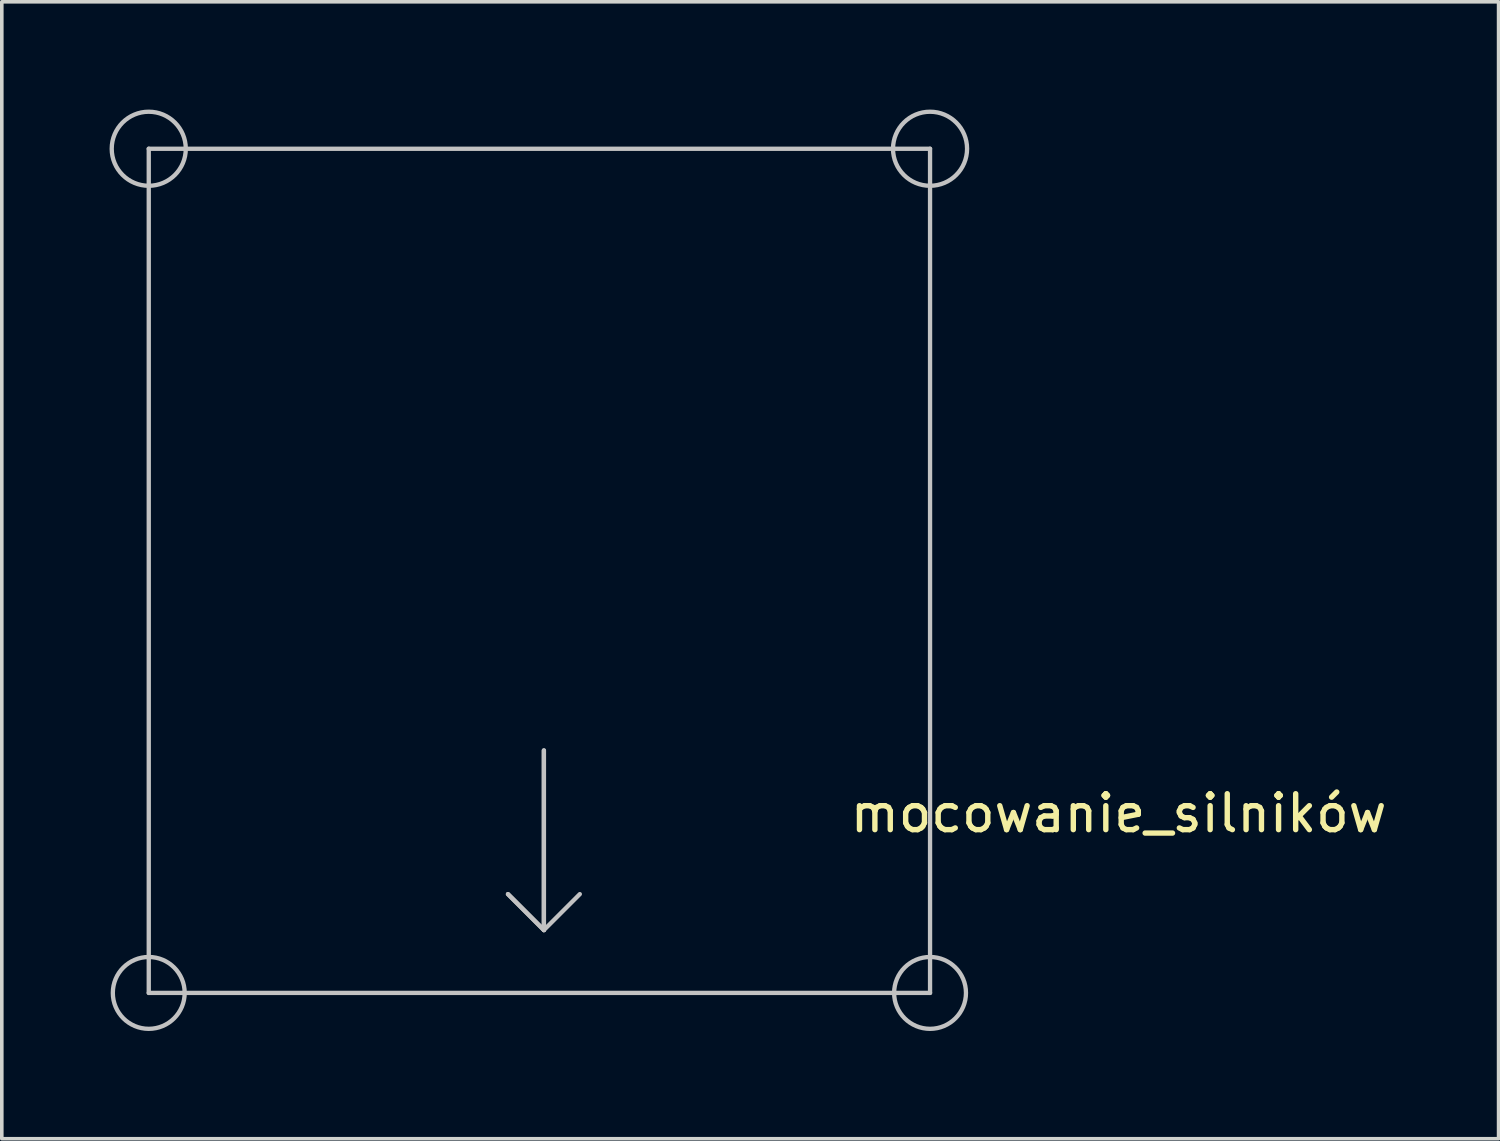
<source format=kicad_pcb>
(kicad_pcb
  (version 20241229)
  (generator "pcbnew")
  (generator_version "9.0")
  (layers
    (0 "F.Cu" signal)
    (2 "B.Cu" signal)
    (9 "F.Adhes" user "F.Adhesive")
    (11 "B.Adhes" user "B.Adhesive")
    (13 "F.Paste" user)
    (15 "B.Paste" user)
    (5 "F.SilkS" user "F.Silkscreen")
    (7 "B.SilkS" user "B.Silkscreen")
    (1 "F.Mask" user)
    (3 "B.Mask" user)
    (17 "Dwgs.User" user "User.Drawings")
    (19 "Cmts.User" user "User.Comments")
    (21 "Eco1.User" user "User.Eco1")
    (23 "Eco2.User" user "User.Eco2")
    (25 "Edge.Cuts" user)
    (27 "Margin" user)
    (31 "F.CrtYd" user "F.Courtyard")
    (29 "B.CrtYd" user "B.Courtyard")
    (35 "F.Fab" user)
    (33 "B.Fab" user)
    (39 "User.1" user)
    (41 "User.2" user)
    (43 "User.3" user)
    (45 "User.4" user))
  (footprint "mocowanie_silników"
    (layer "F.Cu")
    (at 12.091 13.841)
    (property "Reference" "mocowanie_silników" (at 16 5.75 0) (layer "F.SilkS") (effects (font (size 1 1) (thickness 0.15))))
    (attr through_hole)
    (fp_line (start -11 -12.75) (end 10.75 -12.75) (stroke (width 0.12) (type solid)) (layer "Dwgs.User"))
    (fp_line (start -11 10.75) (end -11 -12.75) (stroke (width 0.12) (type solid)) (layer "Dwgs.User"))
    (fp_line (start -1 8) (end 0 9) (stroke (width 0.12) (type solid)) (layer "Dwgs.User"))
    (fp_line (start 0 4) (end 0 9) (stroke (width 0.12) (type solid)) (layer "Dwgs.User"))
    (fp_line (start 0 9) (end -1 8) (stroke (width 0.12) (type solid)) (layer "Dwgs.User"))
    (fp_line (start 0 9) (end 0 4) (stroke (width 0.12) (type solid)) (layer "Dwgs.User"))
    (fp_line (start 0 9) (end 1 8) (stroke (width 0.12) (type solid)) (layer "Dwgs.User"))
    (fp_line (start 10.75 -12.75) (end 10.75 10.75) (stroke (width 0.12) (type solid)) (layer "Dwgs.User"))
    (fp_line (start 10.75 10.75) (end -11 10.75) (stroke (width 0.12) (type solid)) (layer "Dwgs.User"))
    (fp_circle (center -11 -12.75) (end -10.75 -13.75) (stroke (width 0.12) (type solid)) (fill no) (layer "Dwgs.User"))
    (fp_circle (center -11 10.75) (end -11 11.75) (stroke (width 0.12) (type solid)) (fill no) (layer "Dwgs.User"))
    (fp_circle (center 10.75 -12.75) (end 10.5 -13.75) (stroke (width 0.12) (type solid)) (fill no) (layer "Dwgs.User"))
    (fp_circle (center 10.75 10.75) (end 10.75 11.75) (stroke (width 0.12) (type solid)) (fill no) (layer "Dwgs.User")))
  (gr_rect
    (start -3 -3)
    (end 38.668 28.651)
    (stroke (width 0.1) (type default))
    (fill no)
    (layer "Edge.Cuts")))
</source>
